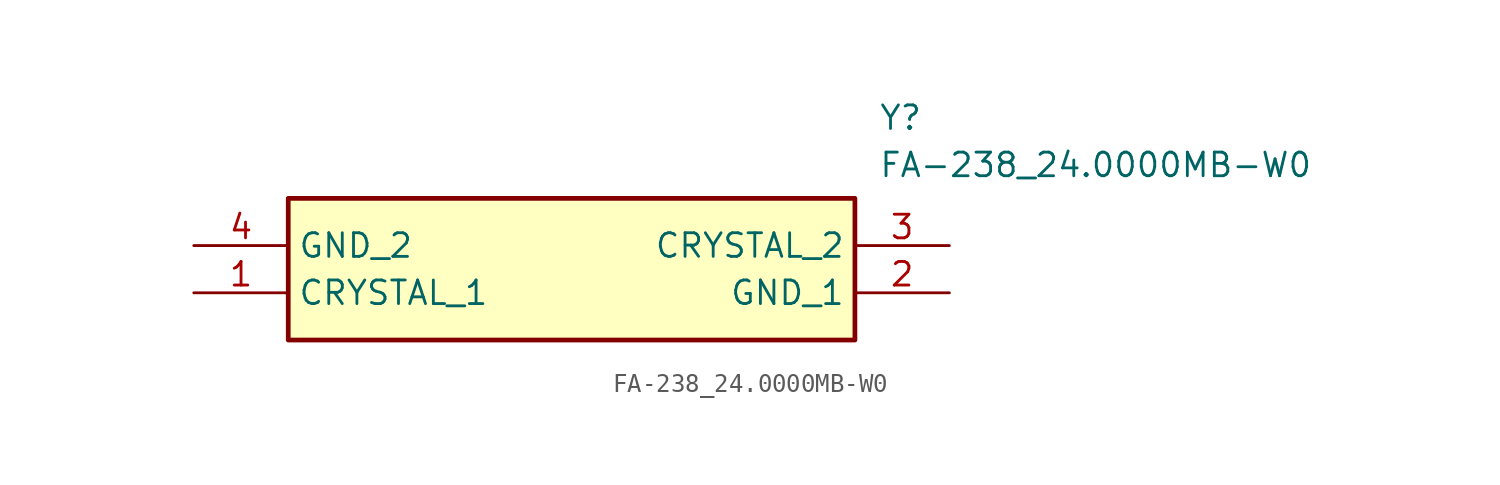
<source format=kicad_sym>
(kicad_symbol_lib
  (version 20211014)
  (generator SamacSys_ECAD_Model)
  (symbol "FA-238_24.0000MB-W0"
    (property "Reference" "Y"
      (at 36.83 7.62 0)
      (effects (font (size 1.27 1.27)) (justify left top)))
    (property "Value" "FA-238_24.0000MB-W0"
      (at 36.83 5.08 0)
      (effects (font (size 1.27 1.27)) (justify left top)))
    (rectangle
      (start 5.08 2.54)
      (end 35.56 -5.08)
      (stroke (width 0.254) (type default))
      (fill (type background)))
    (pin passive line
      (at 0 -2.54 0)
      (length 5.08)
      (name "CRYSTAL_1" (effects (font (size 1.27 1.27))))
      (number "1" (effects (font (size 1.27 1.27)))))
    (pin passive line
      (at 40.64 -2.54 180)
      (length 5.08)
      (name "GND_1" (effects (font (size 1.27 1.27))))
      (number "2" (effects (font (size 1.27 1.27)))))
    (pin passive line
      (at 40.64 0 180)
      (length 5.08)
      (name "CRYSTAL_2" (effects (font (size 1.27 1.27))))
      (number "3" (effects (font (size 1.27 1.27)))))
    (pin passive line
      (at 0 0 0)
      (length 5.08)
      (name "GND_2" (effects (font (size 1.27 1.27))))
      (number "4" (effects (font (size 1.27 1.27)))))))
</source>
